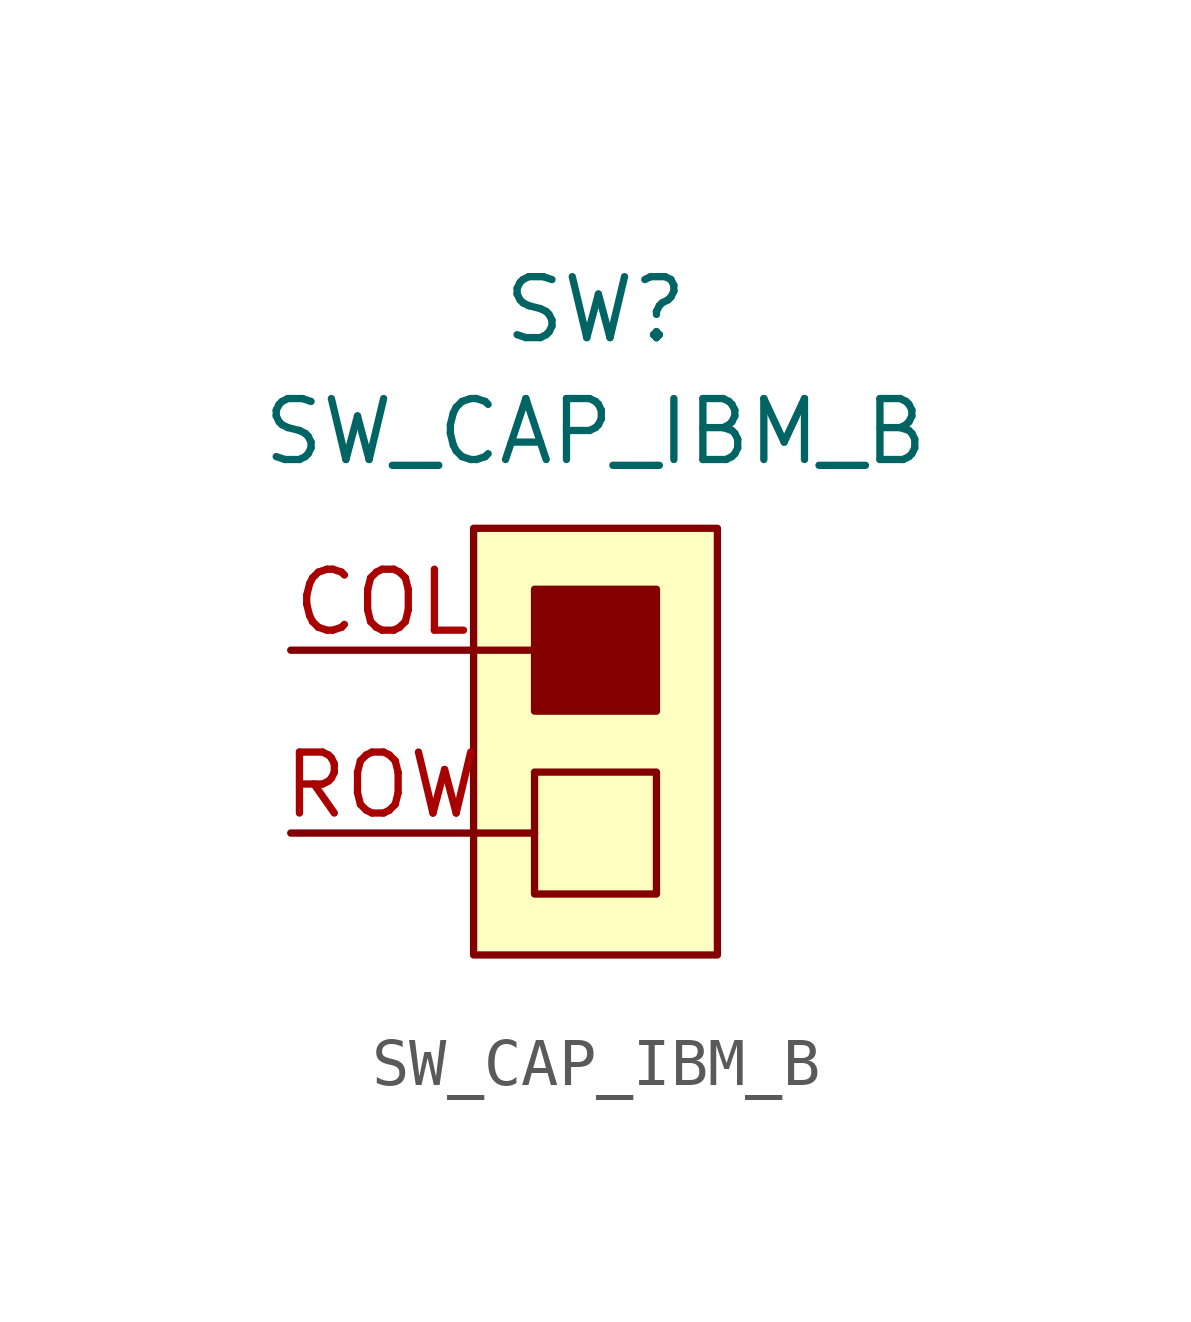
<source format=kicad_sym>
(kicad_symbol_lib
  (version 20220331)
  (generator kicad_symbol_editor)
  (symbol "SW_CAP_IBM_B"
    (pin_names
      (offset 1.016))
    (property "Reference" "SW"
      (at 0 6.35 0)
      (effects (font (size 1.27 1.27)) (justify bottom)))
    (property "Value" "SW_CAP_IBM_B"
      (at 0 3.81 0)
      (effects (font (size 1.27 1.27)) (justify bottom)))
    (symbol "SW_CAP_IBM_B_0_1"
      (rectangle (start -2.54 2.54) (end 2.54 -6.35) (stroke (width 0) (type solid)) (fill (type background)))
      (rectangle (start -1.27 -2.54) (end 1.27 -5.08) (stroke (width 0) (type solid)) (fill (type background)))
      (rectangle (start -1.27 1.27) (end 1.27 -1.27) (stroke (width 0) (type solid)) (fill (type outline)))
      (polyline (pts (xy -2.54 -3.81) (xy -1.27 -3.81)) (stroke (width 0) (type solid)) (fill (type none)))
      (polyline (pts (xy -1.27 0) (xy -2.54 0)) (stroke (width 0) (type solid)) (fill (type none))))
    (symbol "SW_CAP_IBM_B_1_1"
      (pin passive line (at -6.35 0 0) (length 3.81) (name "~" (effects (font (size 1.27 1.27)))) (number "COL" (effects (font (size 1.27 1.27)))))
      (pin no_connect line (at 6.35 0 180) (length 3.81) hide (name "~" (effects (font (size 1.27 1.27)))) (number "REF" (effects (font (size 1.27 1.27)))))
      (pin passive line (at -6.35 -3.81 0) (length 3.81) (name "~" (effects (font (size 1.27 1.27)))) (number "ROW" (effects (font (size 1.27 1.27))))))))
</source>
